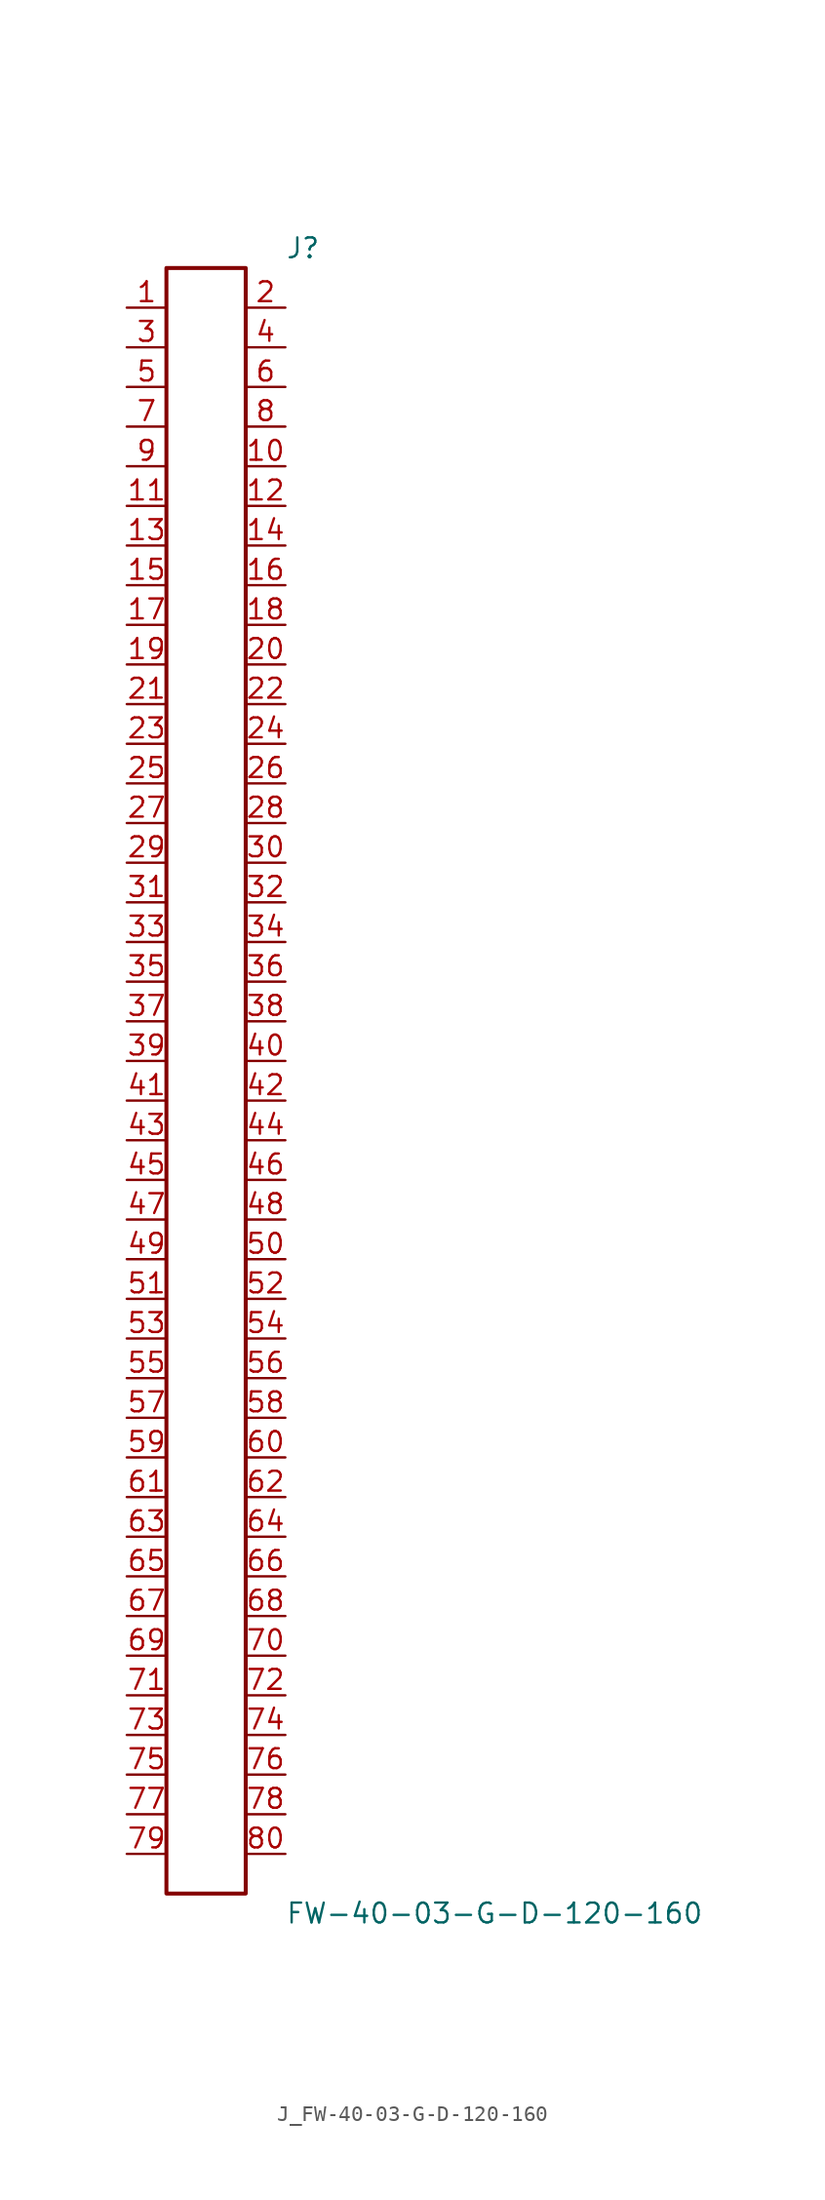
<source format=kicad_sym>
(kicad_symbol_lib
  (version 20231120)
  (generator kicad_symbol_editor)
  (generator_version 8.0)
  (symbol "J_FW-40-03-G-D-120-160"
    (pin_names
      (offset 0.254))
    (property "Reference" "J"
      (at 5.08 53.34 0)
      (effects (font (size 1.27 1.27)) (justify left)))
    (property "Value" "FW-40-03-G-D-120-160"
      (at 5.08 -53.34 0)
      (effects (font (size 1.27 1.27)) (justify left)))
    (symbol "J_FW-40-03-G-D-120-160_0_0"
      (pin passive line (at -5.08 49.53 0) (length 2.54) (name "" (effects (font (size 1.27 1.27)))) (number "1" (effects (font (size 1.27 1.27)))))
      (pin passive line (at 5.08 49.53 180) (length 2.54) (name "" (effects (font (size 1.27 1.27)))) (number "2" (effects (font (size 1.27 1.27)))))
      (pin passive line (at -5.08 46.99 0) (length 2.54) (name "" (effects (font (size 1.27 1.27)))) (number "3" (effects (font (size 1.27 1.27)))))
      (pin passive line (at 5.08 46.99 180) (length 2.54) (name "" (effects (font (size 1.27 1.27)))) (number "4" (effects (font (size 1.27 1.27)))))
      (pin passive line (at -5.08 44.45 0) (length 2.54) (name "" (effects (font (size 1.27 1.27)))) (number "5" (effects (font (size 1.27 1.27)))))
      (pin passive line (at 5.08 44.45 180) (length 2.54) (name "" (effects (font (size 1.27 1.27)))) (number "6" (effects (font (size 1.27 1.27)))))
      (pin passive line (at -5.08 41.91 0) (length 2.54) (name "" (effects (font (size 1.27 1.27)))) (number "7" (effects (font (size 1.27 1.27)))))
      (pin passive line (at 5.08 41.91 180) (length 2.54) (name "" (effects (font (size 1.27 1.27)))) (number "8" (effects (font (size 1.27 1.27)))))
      (pin passive line (at -5.08 39.37 0) (length 2.54) (name "" (effects (font (size 1.27 1.27)))) (number "9" (effects (font (size 1.27 1.27)))))
      (pin passive line (at 5.08 39.37 180) (length 2.54) (name "" (effects (font (size 1.27 1.27)))) (number "10" (effects (font (size 1.27 1.27)))))
      (pin passive line (at -5.08 36.83 0) (length 2.54) (name "" (effects (font (size 1.27 1.27)))) (number "11" (effects (font (size 1.27 1.27)))))
      (pin passive line (at 5.08 36.83 180) (length 2.54) (name "" (effects (font (size 1.27 1.27)))) (number "12" (effects (font (size 1.27 1.27)))))
      (pin passive line (at -5.08 34.29 0) (length 2.54) (name "" (effects (font (size 1.27 1.27)))) (number "13" (effects (font (size 1.27 1.27)))))
      (pin passive line (at 5.08 34.29 180) (length 2.54) (name "" (effects (font (size 1.27 1.27)))) (number "14" (effects (font (size 1.27 1.27)))))
      (pin passive line (at -5.08 31.75 0) (length 2.54) (name "" (effects (font (size 1.27 1.27)))) (number "15" (effects (font (size 1.27 1.27)))))
      (pin passive line (at 5.08 31.75 180) (length 2.54) (name "" (effects (font (size 1.27 1.27)))) (number "16" (effects (font (size 1.27 1.27)))))
      (pin passive line (at -5.08 29.21 0) (length 2.54) (name "" (effects (font (size 1.27 1.27)))) (number "17" (effects (font (size 1.27 1.27)))))
      (pin passive line (at 5.08 29.21 180) (length 2.54) (name "" (effects (font (size 1.27 1.27)))) (number "18" (effects (font (size 1.27 1.27)))))
      (pin passive line (at -5.08 26.67 0) (length 2.54) (name "" (effects (font (size 1.27 1.27)))) (number "19" (effects (font (size 1.27 1.27)))))
      (pin passive line (at 5.08 26.67 180) (length 2.54) (name "" (effects (font (size 1.27 1.27)))) (number "20" (effects (font (size 1.27 1.27)))))
      (pin passive line (at -5.08 24.13 0) (length 2.54) (name "" (effects (font (size 1.27 1.27)))) (number "21" (effects (font (size 1.27 1.27)))))
      (pin passive line (at 5.08 24.13 180) (length 2.54) (name "" (effects (font (size 1.27 1.27)))) (number "22" (effects (font (size 1.27 1.27)))))
      (pin passive line (at -5.08 21.59 0) (length 2.54) (name "" (effects (font (size 1.27 1.27)))) (number "23" (effects (font (size 1.27 1.27)))))
      (pin passive line (at 5.08 21.59 180) (length 2.54) (name "" (effects (font (size 1.27 1.27)))) (number "24" (effects (font (size 1.27 1.27)))))
      (pin passive line (at -5.08 19.05 0) (length 2.54) (name "" (effects (font (size 1.27 1.27)))) (number "25" (effects (font (size 1.27 1.27)))))
      (pin passive line (at 5.08 19.05 180) (length 2.54) (name "" (effects (font (size 1.27 1.27)))) (number "26" (effects (font (size 1.27 1.27)))))
      (pin passive line (at -5.08 16.51 0) (length 2.54) (name "" (effects (font (size 1.27 1.27)))) (number "27" (effects (font (size 1.27 1.27)))))
      (pin passive line (at 5.08 16.51 180) (length 2.54) (name "" (effects (font (size 1.27 1.27)))) (number "28" (effects (font (size 1.27 1.27)))))
      (pin passive line (at -5.08 13.97 0) (length 2.54) (name "" (effects (font (size 1.27 1.27)))) (number "29" (effects (font (size 1.27 1.27)))))
      (pin passive line (at 5.08 13.97 180) (length 2.54) (name "" (effects (font (size 1.27 1.27)))) (number "30" (effects (font (size 1.27 1.27)))))
      (pin passive line (at -5.08 11.43 0) (length 2.54) (name "" (effects (font (size 1.27 1.27)))) (number "31" (effects (font (size 1.27 1.27)))))
      (pin passive line (at 5.08 11.43 180) (length 2.54) (name "" (effects (font (size 1.27 1.27)))) (number "32" (effects (font (size 1.27 1.27)))))
      (pin passive line (at -5.08 8.89 0) (length 2.54) (name "" (effects (font (size 1.27 1.27)))) (number "33" (effects (font (size 1.27 1.27)))))
      (pin passive line (at 5.08 8.89 180) (length 2.54) (name "" (effects (font (size 1.27 1.27)))) (number "34" (effects (font (size 1.27 1.27)))))
      (pin passive line (at -5.08 6.35 0) (length 2.54) (name "" (effects (font (size 1.27 1.27)))) (number "35" (effects (font (size 1.27 1.27)))))
      (pin passive line (at 5.08 6.35 180) (length 2.54) (name "" (effects (font (size 1.27 1.27)))) (number "36" (effects (font (size 1.27 1.27)))))
      (pin passive line (at -5.08 3.81 0) (length 2.54) (name "" (effects (font (size 1.27 1.27)))) (number "37" (effects (font (size 1.27 1.27)))))
      (pin passive line (at 5.08 3.81 180) (length 2.54) (name "" (effects (font (size 1.27 1.27)))) (number "38" (effects (font (size 1.27 1.27)))))
      (pin passive line (at -5.08 1.27 0) (length 2.54) (name "" (effects (font (size 1.27 1.27)))) (number "39" (effects (font (size 1.27 1.27)))))
      (pin passive line (at 5.08 1.27 180) (length 2.54) (name "" (effects (font (size 1.27 1.27)))) (number "40" (effects (font (size 1.27 1.27)))))
      (pin passive line (at -5.08 -1.27 0) (length 2.54) (name "" (effects (font (size 1.27 1.27)))) (number "41" (effects (font (size 1.27 1.27)))))
      (pin passive line (at 5.08 -1.27 180) (length 2.54) (name "" (effects (font (size 1.27 1.27)))) (number "42" (effects (font (size 1.27 1.27)))))
      (pin passive line (at -5.08 -3.81 0) (length 2.54) (name "" (effects (font (size 1.27 1.27)))) (number "43" (effects (font (size 1.27 1.27)))))
      (pin passive line (at 5.08 -3.81 180) (length 2.54) (name "" (effects (font (size 1.27 1.27)))) (number "44" (effects (font (size 1.27 1.27)))))
      (pin passive line (at -5.08 -6.35 0) (length 2.54) (name "" (effects (font (size 1.27 1.27)))) (number "45" (effects (font (size 1.27 1.27)))))
      (pin passive line (at 5.08 -6.35 180) (length 2.54) (name "" (effects (font (size 1.27 1.27)))) (number "46" (effects (font (size 1.27 1.27)))))
      (pin passive line (at -5.08 -8.89 0) (length 2.54) (name "" (effects (font (size 1.27 1.27)))) (number "47" (effects (font (size 1.27 1.27)))))
      (pin passive line (at 5.08 -8.89 180) (length 2.54) (name "" (effects (font (size 1.27 1.27)))) (number "48" (effects (font (size 1.27 1.27)))))
      (pin passive line (at -5.08 -11.43 0) (length 2.54) (name "" (effects (font (size 1.27 1.27)))) (number "49" (effects (font (size 1.27 1.27)))))
      (pin passive line (at 5.08 -11.43 180) (length 2.54) (name "" (effects (font (size 1.27 1.27)))) (number "50" (effects (font (size 1.27 1.27)))))
      (pin passive line (at -5.08 -13.97 0) (length 2.54) (name "" (effects (font (size 1.27 1.27)))) (number "51" (effects (font (size 1.27 1.27)))))
      (pin passive line (at 5.08 -13.97 180) (length 2.54) (name "" (effects (font (size 1.27 1.27)))) (number "52" (effects (font (size 1.27 1.27)))))
      (pin passive line (at -5.08 -16.51 0) (length 2.54) (name "" (effects (font (size 1.27 1.27)))) (number "53" (effects (font (size 1.27 1.27)))))
      (pin passive line (at 5.08 -16.51 180) (length 2.54) (name "" (effects (font (size 1.27 1.27)))) (number "54" (effects (font (size 1.27 1.27)))))
      (pin passive line (at -5.08 -19.05 0) (length 2.54) (name "" (effects (font (size 1.27 1.27)))) (number "55" (effects (font (size 1.27 1.27)))))
      (pin passive line (at 5.08 -19.05 180) (length 2.54) (name "" (effects (font (size 1.27 1.27)))) (number "56" (effects (font (size 1.27 1.27)))))
      (pin passive line (at -5.08 -21.59 0) (length 2.54) (name "" (effects (font (size 1.27 1.27)))) (number "57" (effects (font (size 1.27 1.27)))))
      (pin passive line (at 5.08 -21.59 180) (length 2.54) (name "" (effects (font (size 1.27 1.27)))) (number "58" (effects (font (size 1.27 1.27)))))
      (pin passive line (at -5.08 -24.13 0) (length 2.54) (name "" (effects (font (size 1.27 1.27)))) (number "59" (effects (font (size 1.27 1.27)))))
      (pin passive line (at 5.08 -24.13 180) (length 2.54) (name "" (effects (font (size 1.27 1.27)))) (number "60" (effects (font (size 1.27 1.27)))))
      (pin passive line (at -5.08 -26.67 0) (length 2.54) (name "" (effects (font (size 1.27 1.27)))) (number "61" (effects (font (size 1.27 1.27)))))
      (pin passive line (at 5.08 -26.67 180) (length 2.54) (name "" (effects (font (size 1.27 1.27)))) (number "62" (effects (font (size 1.27 1.27)))))
      (pin passive line (at -5.08 -29.21 0) (length 2.54) (name "" (effects (font (size 1.27 1.27)))) (number "63" (effects (font (size 1.27 1.27)))))
      (pin passive line (at 5.08 -29.21 180) (length 2.54) (name "" (effects (font (size 1.27 1.27)))) (number "64" (effects (font (size 1.27 1.27)))))
      (pin passive line (at -5.08 -31.75 0) (length 2.54) (name "" (effects (font (size 1.27 1.27)))) (number "65" (effects (font (size 1.27 1.27)))))
      (pin passive line (at 5.08 -31.75 180) (length 2.54) (name "" (effects (font (size 1.27 1.27)))) (number "66" (effects (font (size 1.27 1.27)))))
      (pin passive line (at -5.08 -34.29 0) (length 2.54) (name "" (effects (font (size 1.27 1.27)))) (number "67" (effects (font (size 1.27 1.27)))))
      (pin passive line (at 5.08 -34.29 180) (length 2.54) (name "" (effects (font (size 1.27 1.27)))) (number "68" (effects (font (size 1.27 1.27)))))
      (pin passive line (at -5.08 -36.83 0) (length 2.54) (name "" (effects (font (size 1.27 1.27)))) (number "69" (effects (font (size 1.27 1.27)))))
      (pin passive line (at 5.08 -36.83 180) (length 2.54) (name "" (effects (font (size 1.27 1.27)))) (number "70" (effects (font (size 1.27 1.27)))))
      (pin passive line (at -5.08 -39.37 0) (length 2.54) (name "" (effects (font (size 1.27 1.27)))) (number "71" (effects (font (size 1.27 1.27)))))
      (pin passive line (at 5.08 -39.37 180) (length 2.54) (name "" (effects (font (size 1.27 1.27)))) (number "72" (effects (font (size 1.27 1.27)))))
      (pin passive line (at -5.08 -41.91 0) (length 2.54) (name "" (effects (font (size 1.27 1.27)))) (number "73" (effects (font (size 1.27 1.27)))))
      (pin passive line (at 5.08 -41.91 180) (length 2.54) (name "" (effects (font (size 1.27 1.27)))) (number "74" (effects (font (size 1.27 1.27)))))
      (pin passive line (at -5.08 -44.45 0) (length 2.54) (name "" (effects (font (size 1.27 1.27)))) (number "75" (effects (font (size 1.27 1.27)))))
      (pin passive line (at 5.08 -44.45 180) (length 2.54) (name "" (effects (font (size 1.27 1.27)))) (number "76" (effects (font (size 1.27 1.27)))))
      (pin passive line (at -5.08 -46.99 0) (length 2.54) (name "" (effects (font (size 1.27 1.27)))) (number "77" (effects (font (size 1.27 1.27)))))
      (pin passive line (at 5.08 -46.99 180) (length 2.54) (name "" (effects (font (size 1.27 1.27)))) (number "78" (effects (font (size 1.27 1.27)))))
      (pin passive line (at -5.08 -49.53 0) (length 2.54) (name "" (effects (font (size 1.27 1.27)))) (number "79" (effects (font (size 1.27 1.27)))))
      (pin passive line (at 5.08 -49.53 180) (length 2.54) (name "" (effects (font (size 1.27 1.27)))) (number "80" (effects (font (size 1.27 1.27))))))
    (symbol "J_FW-40-03-G-D-120-160_1_0"
      (rectangle (start -2.54 52.07) (end 2.54 -52.07) (stroke (width 0.254) (type solid)) (fill (type none))))))
</source>
